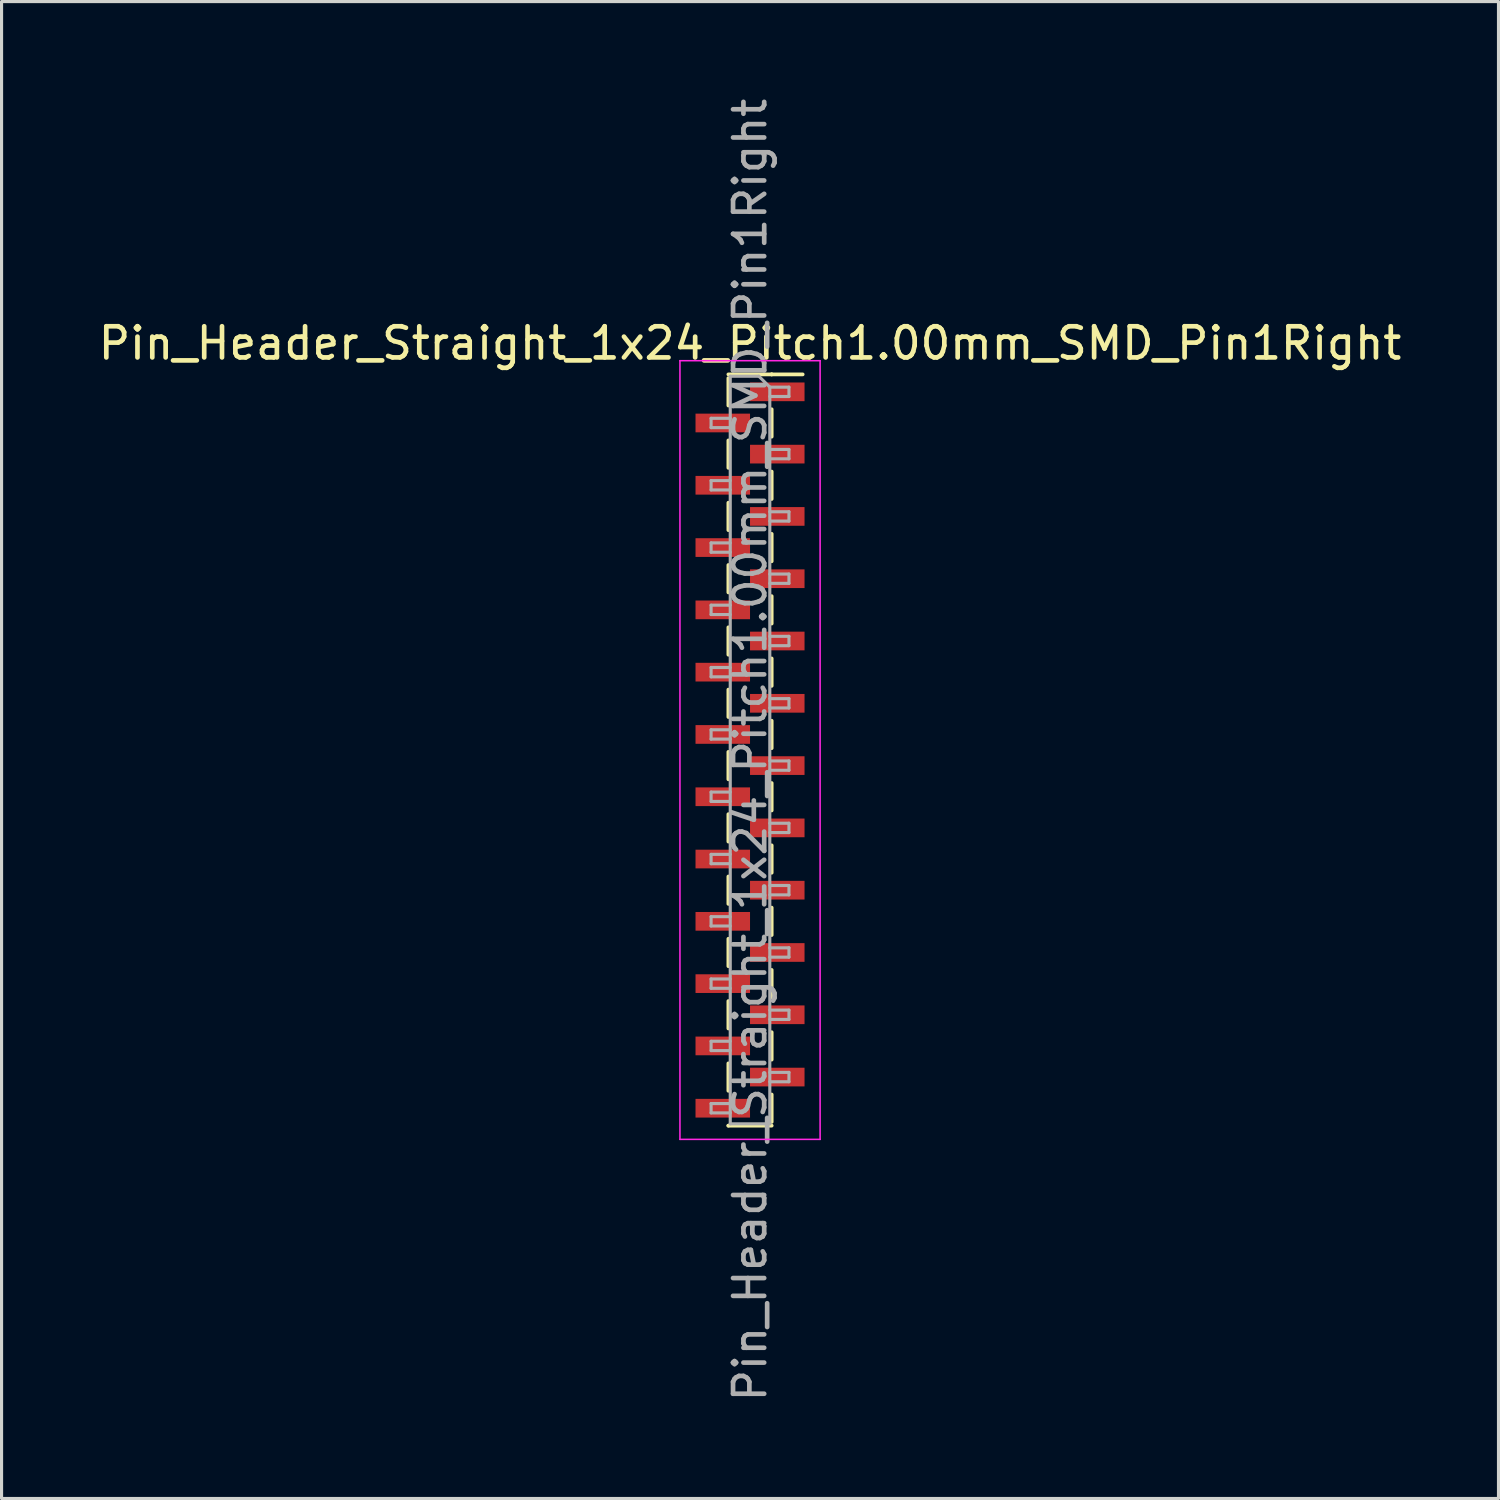
<source format=kicad_pcb>
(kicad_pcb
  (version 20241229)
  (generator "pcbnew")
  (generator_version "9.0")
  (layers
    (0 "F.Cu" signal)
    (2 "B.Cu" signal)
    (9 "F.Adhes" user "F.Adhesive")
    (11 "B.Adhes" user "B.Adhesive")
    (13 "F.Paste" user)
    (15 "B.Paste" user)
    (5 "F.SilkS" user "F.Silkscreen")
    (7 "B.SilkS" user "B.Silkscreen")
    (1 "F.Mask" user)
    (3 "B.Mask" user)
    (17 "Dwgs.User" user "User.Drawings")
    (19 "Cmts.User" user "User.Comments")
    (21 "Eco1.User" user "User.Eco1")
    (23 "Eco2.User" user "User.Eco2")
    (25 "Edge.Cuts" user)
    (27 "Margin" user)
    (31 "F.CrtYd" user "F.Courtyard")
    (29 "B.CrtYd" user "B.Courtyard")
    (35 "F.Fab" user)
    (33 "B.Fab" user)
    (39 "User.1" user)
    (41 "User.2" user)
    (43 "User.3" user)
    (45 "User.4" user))
  (footprint "Pin_Header_Straight_1x24_Pitch1.00mm_SMD_Pin1Right"
    (layer "F.Cu")
    (at 21.03 21.03)
    (property "Reference" "Pin_Header_Straight_1x24_Pitch1.00mm_SMD_Pin1Right" (at 0 -13.06 0) (layer "F.SilkS") (effects (font (size 1 1) (thickness 0.15))))
    (attr smd)
    (fp_line (start -0.695 -12.06) (end 0.695 -12.06) (stroke (width 0.12) (type solid)) (layer "F.SilkS"))
    (fp_line (start -0.695 -11.94) (end -0.695 -11.06) (stroke (width 0.12) (type solid)) (layer "F.SilkS"))
    (fp_line (start -0.695 -9.94) (end -0.695 -9.06) (stroke (width 0.12) (type solid)) (layer "F.SilkS"))
    (fp_line (start -0.695 -7.94) (end -0.695 -7.06) (stroke (width 0.12) (type solid)) (layer "F.SilkS"))
    (fp_line (start -0.695 -5.94) (end -0.695 -5.06) (stroke (width 0.12) (type solid)) (layer "F.SilkS"))
    (fp_line (start -0.695 -3.94) (end -0.695 -3.06) (stroke (width 0.12) (type solid)) (layer "F.SilkS"))
    (fp_line (start -0.695 -1.94) (end -0.695 -1.06) (stroke (width 0.12) (type solid)) (layer "F.SilkS"))
    (fp_line (start -0.695 0.06) (end -0.695 0.94) (stroke (width 0.12) (type solid)) (layer "F.SilkS"))
    (fp_line (start -0.695 2.06) (end -0.695 2.94) (stroke (width 0.12) (type solid)) (layer "F.SilkS"))
    (fp_line (start -0.695 4.06) (end -0.695 4.94) (stroke (width 0.12) (type solid)) (layer "F.SilkS"))
    (fp_line (start -0.695 6.06) (end -0.695 6.94) (stroke (width 0.12) (type solid)) (layer "F.SilkS"))
    (fp_line (start -0.695 8.06) (end -0.695 8.94) (stroke (width 0.12) (type solid)) (layer "F.SilkS"))
    (fp_line (start -0.695 10.06) (end -0.695 10.94) (stroke (width 0.12) (type solid)) (layer "F.SilkS"))
    (fp_line (start -0.695 12.06) (end -0.695 12.06) (stroke (width 0.12) (type solid)) (layer "F.SilkS"))
    (fp_line (start -0.695 12.06) (end 0.695 12.06) (stroke (width 0.12) (type solid)) (layer "F.SilkS"))
    (fp_line (start 0.695 -12.06) (end 0.695 -12.06) (stroke (width 0.12) (type solid)) (layer "F.SilkS"))
    (fp_line (start 0.695 -12.06) (end 1.69 -12.06) (stroke (width 0.12) (type solid)) (layer "F.SilkS"))
    (fp_line (start 0.695 -10.94) (end 0.695 -10.06) (stroke (width 0.12) (type solid)) (layer "F.SilkS"))
    (fp_line (start 0.695 -8.94) (end 0.695 -8.06) (stroke (width 0.12) (type solid)) (layer "F.SilkS"))
    (fp_line (start 0.695 -6.94) (end 0.695 -6.06) (stroke (width 0.12) (type solid)) (layer "F.SilkS"))
    (fp_line (start 0.695 -4.94) (end 0.695 -4.06) (stroke (width 0.12) (type solid)) (layer "F.SilkS"))
    (fp_line (start 0.695 -2.94) (end 0.695 -2.06) (stroke (width 0.12) (type solid)) (layer "F.SilkS"))
    (fp_line (start 0.695 -0.94) (end 0.695 -0.06) (stroke (width 0.12) (type solid)) (layer "F.SilkS"))
    (fp_line (start 0.695 1.06) (end 0.695 1.94) (stroke (width 0.12) (type solid)) (layer "F.SilkS"))
    (fp_line (start 0.695 3.06) (end 0.695 3.94) (stroke (width 0.12) (type solid)) (layer "F.SilkS"))
    (fp_line (start 0.695 5.06) (end 0.695 5.94) (stroke (width 0.12) (type solid)) (layer "F.SilkS"))
    (fp_line (start 0.695 7.06) (end 0.695 7.94) (stroke (width 0.12) (type solid)) (layer "F.SilkS"))
    (fp_line (start 0.695 9.06) (end 0.695 9.94) (stroke (width 0.12) (type solid)) (layer "F.SilkS"))
    (fp_line (start 0.695 11.06) (end 0.695 11.94) (stroke (width 0.12) (type solid)) (layer "F.SilkS"))
    (fp_line (start -2.25 -12.5) (end -2.25 12.5) (stroke (width 0.05) (type solid)) (layer "F.CrtYd"))
    (fp_line (start -2.25 12.5) (end 2.25 12.5) (stroke (width 0.05) (type solid)) (layer "F.CrtYd"))
    (fp_line (start 2.25 -12.5) (end -2.25 -12.5) (stroke (width 0.05) (type solid)) (layer "F.CrtYd"))
    (fp_line (start 2.25 12.5) (end 2.25 -12.5) (stroke (width 0.05) (type solid)) (layer "F.CrtYd"))
    (fp_line (start -1.25 -10.65) (end -1.25 -10.35) (stroke (width 0.1) (type solid)) (layer "F.Fab"))
    (fp_line (start -1.25 -10.35) (end -0.635 -10.35) (stroke (width 0.1) (type solid)) (layer "F.Fab"))
    (fp_line (start -1.25 -8.65) (end -1.25 -8.35) (stroke (width 0.1) (type solid)) (layer "F.Fab"))
    (fp_line (start -1.25 -8.35) (end -0.635 -8.35) (stroke (width 0.1) (type solid)) (layer "F.Fab"))
    (fp_line (start -1.25 -6.65) (end -1.25 -6.35) (stroke (width 0.1) (type solid)) (layer "F.Fab"))
    (fp_line (start -1.25 -6.35) (end -0.635 -6.35) (stroke (width 0.1) (type solid)) (layer "F.Fab"))
    (fp_line (start -1.25 -4.65) (end -1.25 -4.35) (stroke (width 0.1) (type solid)) (layer "F.Fab"))
    (fp_line (start -1.25 -4.35) (end -0.635 -4.35) (stroke (width 0.1) (type solid)) (layer "F.Fab"))
    (fp_line (start -1.25 -2.65) (end -1.25 -2.35) (stroke (width 0.1) (type solid)) (layer "F.Fab"))
    (fp_line (start -1.25 -2.35) (end -0.635 -2.35) (stroke (width 0.1) (type solid)) (layer "F.Fab"))
    (fp_line (start -1.25 -0.65) (end -1.25 -0.35) (stroke (width 0.1) (type solid)) (layer "F.Fab"))
    (fp_line (start -1.25 -0.35) (end -0.635 -0.35) (stroke (width 0.1) (type solid)) (layer "F.Fab"))
    (fp_line (start -1.25 1.35) (end -1.25 1.65) (stroke (width 0.1) (type solid)) (layer "F.Fab"))
    (fp_line (start -1.25 1.65) (end -0.635 1.65) (stroke (width 0.1) (type solid)) (layer "F.Fab"))
    (fp_line (start -1.25 3.35) (end -1.25 3.65) (stroke (width 0.1) (type solid)) (layer "F.Fab"))
    (fp_line (start -1.25 3.65) (end -0.635 3.65) (stroke (width 0.1) (type solid)) (layer "F.Fab"))
    (fp_line (start -1.25 5.35) (end -1.25 5.65) (stroke (width 0.1) (type solid)) (layer "F.Fab"))
    (fp_line (start -1.25 5.65) (end -0.635 5.65) (stroke (width 0.1) (type solid)) (layer "F.Fab"))
    (fp_line (start -1.25 7.35) (end -1.25 7.65) (stroke (width 0.1) (type solid)) (layer "F.Fab"))
    (fp_line (start -1.25 7.65) (end -0.635 7.65) (stroke (width 0.1) (type solid)) (layer "F.Fab"))
    (fp_line (start -1.25 9.35) (end -1.25 9.65) (stroke (width 0.1) (type solid)) (layer "F.Fab"))
    (fp_line (start -1.25 9.65) (end -0.635 9.65) (stroke (width 0.1) (type solid)) (layer "F.Fab"))
    (fp_line (start -1.25 11.35) (end -1.25 11.65) (stroke (width 0.1) (type solid)) (layer "F.Fab"))
    (fp_line (start -1.25 11.65) (end -0.635 11.65) (stroke (width 0.1) (type solid)) (layer "F.Fab"))
    (fp_line (start -0.635 -12) (end -0.635 12) (stroke (width 0.1) (type solid)) (layer "F.Fab"))
    (fp_line (start -0.635 -12) (end 0.285 -12) (stroke (width 0.1) (type solid)) (layer "F.Fab"))
    (fp_line (start -0.635 -10.65) (end -1.25 -10.65) (stroke (width 0.1) (type solid)) (layer "F.Fab"))
    (fp_line (start -0.635 -8.65) (end -1.25 -8.65) (stroke (width 0.1) (type solid)) (layer "F.Fab"))
    (fp_line (start -0.635 -6.65) (end -1.25 -6.65) (stroke (width 0.1) (type solid)) (layer "F.Fab"))
    (fp_line (start -0.635 -4.65) (end -1.25 -4.65) (stroke (width 0.1) (type solid)) (layer "F.Fab"))
    (fp_line (start -0.635 -2.65) (end -1.25 -2.65) (stroke (width 0.1) (type solid)) (layer "F.Fab"))
    (fp_line (start -0.635 -0.65) (end -1.25 -0.65) (stroke (width 0.1) (type solid)) (layer "F.Fab"))
    (fp_line (start -0.635 1.35) (end -1.25 1.35) (stroke (width 0.1) (type solid)) (layer "F.Fab"))
    (fp_line (start -0.635 3.35) (end -1.25 3.35) (stroke (width 0.1) (type solid)) (layer "F.Fab"))
    (fp_line (start -0.635 5.35) (end -1.25 5.35) (stroke (width 0.1) (type solid)) (layer "F.Fab"))
    (fp_line (start -0.635 7.35) (end -1.25 7.35) (stroke (width 0.1) (type solid)) (layer "F.Fab"))
    (fp_line (start -0.635 9.35) (end -1.25 9.35) (stroke (width 0.1) (type solid)) (layer "F.Fab"))
    (fp_line (start -0.635 11.35) (end -1.25 11.35) (stroke (width 0.1) (type solid)) (layer "F.Fab"))
    (fp_line (start 0.635 -11.65) (end 0.285 -12) (stroke (width 0.1) (type solid)) (layer "F.Fab"))
    (fp_line (start 0.635 -11.65) (end 1.25 -11.65) (stroke (width 0.1) (type solid)) (layer "F.Fab"))
    (fp_line (start 0.635 -9.65) (end 1.25 -9.65) (stroke (width 0.1) (type solid)) (layer "F.Fab"))
    (fp_line (start 0.635 -7.65) (end 1.25 -7.65) (stroke (width 0.1) (type solid)) (layer "F.Fab"))
    (fp_line (start 0.635 -5.65) (end 1.25 -5.65) (stroke (width 0.1) (type solid)) (layer "F.Fab"))
    (fp_line (start 0.635 -3.65) (end 1.25 -3.65) (stroke (width 0.1) (type solid)) (layer "F.Fab"))
    (fp_line (start 0.635 -1.65) (end 1.25 -1.65) (stroke (width 0.1) (type solid)) (layer "F.Fab"))
    (fp_line (start 0.635 0.35) (end 1.25 0.35) (stroke (width 0.1) (type solid)) (layer "F.Fab"))
    (fp_line (start 0.635 2.35) (end 1.25 2.35) (stroke (width 0.1) (type solid)) (layer "F.Fab"))
    (fp_line (start 0.635 4.35) (end 1.25 4.35) (stroke (width 0.1) (type solid)) (layer "F.Fab"))
    (fp_line (start 0.635 6.35) (end 1.25 6.35) (stroke (width 0.1) (type solid)) (layer "F.Fab"))
    (fp_line (start 0.635 8.35) (end 1.25 8.35) (stroke (width 0.1) (type solid)) (layer "F.Fab"))
    (fp_line (start 0.635 10.35) (end 1.25 10.35) (stroke (width 0.1) (type solid)) (layer "F.Fab"))
    (fp_line (start 0.635 12) (end -0.635 12) (stroke (width 0.1) (type solid)) (layer "F.Fab"))
    (fp_line (start 0.635 12) (end 0.635 -11.65) (stroke (width 0.1) (type solid)) (layer "F.Fab"))
    (fp_line (start 1.25 -11.65) (end 1.25 -11.35) (stroke (width 0.1) (type solid)) (layer "F.Fab"))
    (fp_line (start 1.25 -11.35) (end 0.635 -11.35) (stroke (width 0.1) (type solid)) (layer "F.Fab"))
    (fp_line (start 1.25 -9.65) (end 1.25 -9.35) (stroke (width 0.1) (type solid)) (layer "F.Fab"))
    (fp_line (start 1.25 -9.35) (end 0.635 -9.35) (stroke (width 0.1) (type solid)) (layer "F.Fab"))
    (fp_line (start 1.25 -7.65) (end 1.25 -7.35) (stroke (width 0.1) (type solid)) (layer "F.Fab"))
    (fp_line (start 1.25 -7.35) (end 0.635 -7.35) (stroke (width 0.1) (type solid)) (layer "F.Fab"))
    (fp_line (start 1.25 -5.65) (end 1.25 -5.35) (stroke (width 0.1) (type solid)) (layer "F.Fab"))
    (fp_line (start 1.25 -5.35) (end 0.635 -5.35) (stroke (width 0.1) (type solid)) (layer "F.Fab"))
    (fp_line (start 1.25 -3.65) (end 1.25 -3.35) (stroke (width 0.1) (type solid)) (layer "F.Fab"))
    (fp_line (start 1.25 -3.35) (end 0.635 -3.35) (stroke (width 0.1) (type solid)) (layer "F.Fab"))
    (fp_line (start 1.25 -1.65) (end 1.25 -1.35) (stroke (width 0.1) (type solid)) (layer "F.Fab"))
    (fp_line (start 1.25 -1.35) (end 0.635 -1.35) (stroke (width 0.1) (type solid)) (layer "F.Fab"))
    (fp_line (start 1.25 0.35) (end 1.25 0.65) (stroke (width 0.1) (type solid)) (layer "F.Fab"))
    (fp_line (start 1.25 0.65) (end 0.635 0.65) (stroke (width 0.1) (type solid)) (layer "F.Fab"))
    (fp_line (start 1.25 2.35) (end 1.25 2.65) (stroke (width 0.1) (type solid)) (layer "F.Fab"))
    (fp_line (start 1.25 2.65) (end 0.635 2.65) (stroke (width 0.1) (type solid)) (layer "F.Fab"))
    (fp_line (start 1.25 4.35) (end 1.25 4.65) (stroke (width 0.1) (type solid)) (layer "F.Fab"))
    (fp_line (start 1.25 4.65) (end 0.635 4.65) (stroke (width 0.1) (type solid)) (layer "F.Fab"))
    (fp_line (start 1.25 6.35) (end 1.25 6.65) (stroke (width 0.1) (type solid)) (layer "F.Fab"))
    (fp_line (start 1.25 6.65) (end 0.635 6.65) (stroke (width 0.1) (type solid)) (layer "F.Fab"))
    (fp_line (start 1.25 8.35) (end 1.25 8.65) (stroke (width 0.1) (type solid)) (layer "F.Fab"))
    (fp_line (start 1.25 8.65) (end 0.635 8.65) (stroke (width 0.1) (type solid)) (layer "F.Fab"))
    (fp_line (start 1.25 10.35) (end 1.25 10.65) (stroke (width 0.1) (type solid)) (layer "F.Fab"))
    (fp_line (start 1.25 10.65) (end 0.635 10.65) (stroke (width 0.1) (type solid)) (layer "F.Fab"))
    (fp_text user "${REFERENCE}" (at 0 0 90) (layer "F.Fab") (effects (font (size 1 1) (thickness 0.15))))
    (pad "1" smd rect (at 0.875 -11.5) (size 1.75 0.6) (layers "F.Cu" "F.Mask" "F.Paste"))
    (pad "2" smd rect (at -0.875 -10.5) (size 1.75 0.6) (layers "F.Cu" "F.Mask" "F.Paste"))
    (pad "3" smd rect (at 0.875 -9.5) (size 1.75 0.6) (layers "F.Cu" "F.Mask" "F.Paste"))
    (pad "4" smd rect (at -0.875 -8.5) (size 1.75 0.6) (layers "F.Cu" "F.Mask" "F.Paste"))
    (pad "5" smd rect (at 0.875 -7.5) (size 1.75 0.6) (layers "F.Cu" "F.Mask" "F.Paste"))
    (pad "6" smd rect (at -0.875 -6.5) (size 1.75 0.6) (layers "F.Cu" "F.Mask" "F.Paste"))
    (pad "7" smd rect (at 0.875 -5.5) (size 1.75 0.6) (layers "F.Cu" "F.Mask" "F.Paste"))
    (pad "8" smd rect (at -0.875 -4.5) (size 1.75 0.6) (layers "F.Cu" "F.Mask" "F.Paste"))
    (pad "9" smd rect (at 0.875 -3.5) (size 1.75 0.6) (layers "F.Cu" "F.Mask" "F.Paste"))
    (pad "10" smd rect (at -0.875 -2.5) (size 1.75 0.6) (layers "F.Cu" "F.Mask" "F.Paste"))
    (pad "11" smd rect (at 0.875 -1.5) (size 1.75 0.6) (layers "F.Cu" "F.Mask" "F.Paste"))
    (pad "12" smd rect (at -0.875 -0.5) (size 1.75 0.6) (layers "F.Cu" "F.Mask" "F.Paste"))
    (pad "13" smd rect (at 0.875 0.5) (size 1.75 0.6) (layers "F.Cu" "F.Mask" "F.Paste"))
    (pad "14" smd rect (at -0.875 1.5) (size 1.75 0.6) (layers "F.Cu" "F.Mask" "F.Paste"))
    (pad "15" smd rect (at 0.875 2.5) (size 1.75 0.6) (layers "F.Cu" "F.Mask" "F.Paste"))
    (pad "16" smd rect (at -0.875 3.5) (size 1.75 0.6) (layers "F.Cu" "F.Mask" "F.Paste"))
    (pad "17" smd rect (at 0.875 4.5) (size 1.75 0.6) (layers "F.Cu" "F.Mask" "F.Paste"))
    (pad "18" smd rect (at -0.875 5.5) (size 1.75 0.6) (layers "F.Cu" "F.Mask" "F.Paste"))
    (pad "19" smd rect (at 0.875 6.5) (size 1.75 0.6) (layers "F.Cu" "F.Mask" "F.Paste"))
    (pad "20" smd rect (at -0.875 7.5) (size 1.75 0.6) (layers "F.Cu" "F.Mask" "F.Paste"))
    (pad "21" smd rect (at 0.875 8.5) (size 1.75 0.6) (layers "F.Cu" "F.Mask" "F.Paste"))
    (pad "22" smd rect (at -0.875 9.5) (size 1.75 0.6) (layers "F.Cu" "F.Mask" "F.Paste"))
    (pad "23" smd rect (at 0.875 10.5) (size 1.75 0.6) (layers "F.Cu" "F.Mask" "F.Paste"))
    (pad "24" smd rect (at -0.875 11.5) (size 1.75 0.6) (layers "F.Cu" "F.Mask" "F.Paste")))
  (gr_rect
    (start -3 -3)
    (end 45.06 45.06)
    (stroke (width 0.1) (type default))
    (fill no)
    (layer "Edge.Cuts")))
</source>
